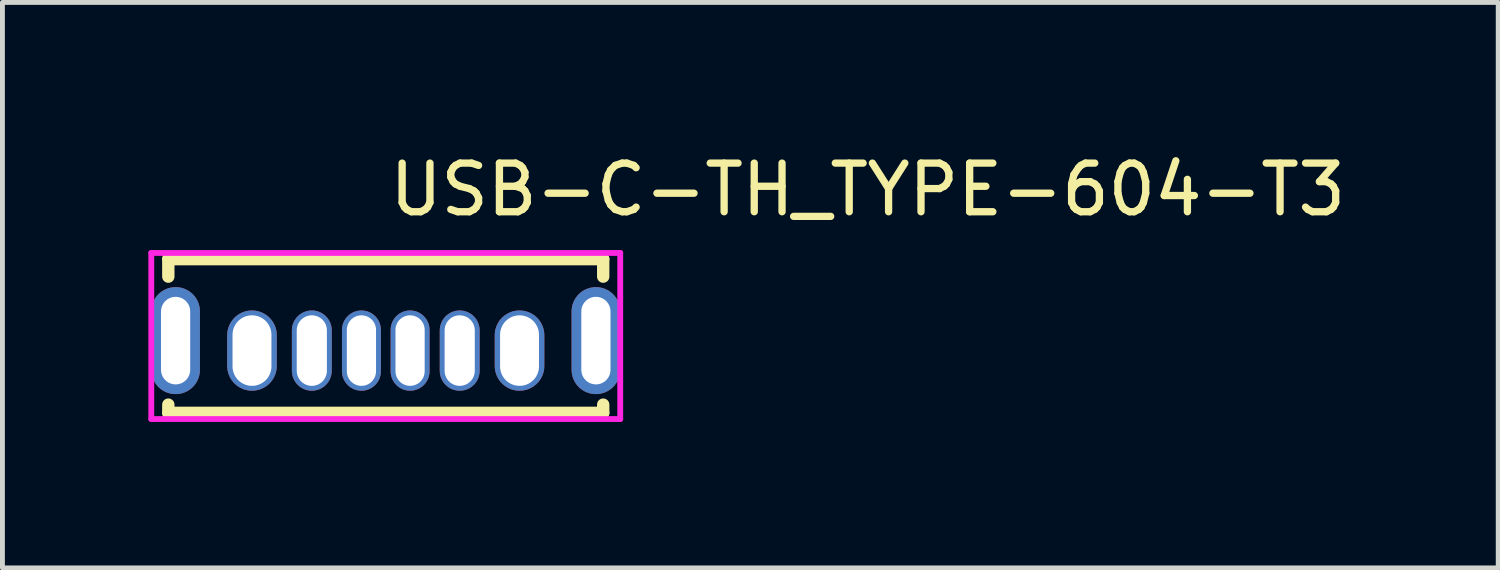
<source format=kicad_pcb>
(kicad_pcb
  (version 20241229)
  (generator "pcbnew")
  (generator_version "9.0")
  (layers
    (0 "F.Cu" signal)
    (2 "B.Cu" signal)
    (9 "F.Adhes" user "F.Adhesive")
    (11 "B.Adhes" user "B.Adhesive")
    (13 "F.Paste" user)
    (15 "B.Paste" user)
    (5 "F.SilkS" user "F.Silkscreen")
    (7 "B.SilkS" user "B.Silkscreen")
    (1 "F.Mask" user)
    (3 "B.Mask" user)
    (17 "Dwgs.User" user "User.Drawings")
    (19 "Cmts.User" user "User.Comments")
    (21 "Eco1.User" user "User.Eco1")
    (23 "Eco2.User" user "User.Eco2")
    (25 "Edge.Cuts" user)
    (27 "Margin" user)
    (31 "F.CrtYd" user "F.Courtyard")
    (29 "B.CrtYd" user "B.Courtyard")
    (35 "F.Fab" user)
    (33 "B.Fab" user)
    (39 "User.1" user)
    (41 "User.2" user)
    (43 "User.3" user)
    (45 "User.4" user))
  (footprint "USB-C-TH_TYPE-604-T3"
    (layer "F.Cu")
    (at 4.88 4.055)
    (property "Reference" "USB-C-TH_TYPE-604-T3" (at 0 -3.207 0) (layer "F.SilkS") (effects (font (size 1 1) (thickness 0.15)) (justify left)))
    (attr through_hole)
    (fp_line (start -4.47 -1.778) (end -4.47 -1.418) (stroke (width 0.254) (type solid)) (layer "F.SilkS"))
    (fp_line (start -4.47 -1.778) (end 4.47 -1.778) (stroke (width 0.254) (type solid)) (layer "F.SilkS"))
    (fp_line (start -4.47 1.382) (end -4.47 1.213) (stroke (width 0.254) (type solid)) (layer "F.SilkS"))
    (fp_line (start -4.47 1.382) (end 4.47 1.382) (stroke (width 0.254) (type solid)) (layer "F.SilkS"))
    (fp_line (start 4.47 -1.778) (end 4.47 -1.418) (stroke (width 0.254) (type solid)) (layer "F.SilkS"))
    (fp_line (start 4.47 1.382) (end 4.47 1.213) (stroke (width 0.254) (type solid)) (layer "F.SilkS"))
    (fp_circle (center 4.82 -1.905) (end 4.85 -1.905) (stroke (width 0.06) (type solid)) (fill no) (layer "Eco2.User"))
    (fp_poly (pts (xy -4.56 0.497) (xy -4.56 -0.703) (xy -4.08 -0.703) (xy -4.08 0.497)) (stroke (width 0.12) (type solid)) (fill no) (layer "Eco2.User"))
    (fp_poly (pts (xy -3.07 0.427) (xy -3.07 -0.223) (xy -2.43 -0.223) (xy -2.43 0.427)) (stroke (width 0.12) (type solid)) (fill no) (layer "Eco2.User"))
    (fp_poly (pts (xy -1.768 0.517) (xy -1.768 -0.313) (xy -1.272 -0.313) (xy -1.272 0.517)) (stroke (width 0.12) (type solid)) (fill no) (layer "Eco2.User"))
    (fp_poly (pts (xy -0.74 0.527) (xy -0.74 -0.323) (xy -0.26 -0.323) (xy -0.26 0.527)) (stroke (width 0.12) (type solid)) (fill no) (layer "Eco2.User"))
    (fp_poly (pts (xy 0.26 0.527) (xy 0.26 -0.323) (xy 0.74 -0.323) (xy 0.74 0.527)) (stroke (width 0.12) (type solid)) (fill no) (layer "Eco2.User"))
    (fp_poly (pts (xy 1.272 0.517) (xy 1.272 -0.313) (xy 1.768 -0.313) (xy 1.768 0.517)) (stroke (width 0.12) (type solid)) (fill no) (layer "Eco2.User"))
    (fp_poly (pts (xy 2.43 0.427) (xy 2.43 -0.223) (xy 3.07 -0.223) (xy 3.07 0.427)) (stroke (width 0.12) (type solid)) (fill no) (layer "Eco2.User"))
    (fp_poly (pts (xy 4.08 0.497) (xy 4.08 -0.703) (xy 4.56 -0.703) (xy 4.56 0.497)) (stroke (width 0.12) (type solid)) (fill no) (layer "Eco2.User"))
    (fp_line (start -4.82 -1.905) (end 4.82 -1.905) (stroke (width 0.12) (type solid)) (layer "F.CrtYd"))
    (fp_line (start -4.82 1.509) (end -4.82 -1.905) (stroke (width 0.12) (type solid)) (layer "F.CrtYd"))
    (fp_line (start 4.82 -1.905) (end 4.82 1.509) (stroke (width 0.12) (type solid)) (layer "F.CrtYd"))
    (fp_line (start 4.82 1.509) (end -4.82 1.509) (stroke (width 0.12) (type solid)) (layer "F.CrtYd"))
    (pad "7" thru_hole oval (at 4.32 -0.103) (size 1 2.2) (drill oval 0.6 1.8) (layers "*.Cu" "*.Mask"))
    (pad "8" thru_hole oval (at -4.32 -0.103) (size 1 2.2) (drill oval 0.6 1.8) (layers "*.Cu" "*.Mask"))
    (pad "A5" thru_hole oval (at -0.5 0.102) (size 0.8 1.65) (drill oval 0.6 1.45) (layers "*.Cu" "*.Mask"))
    (pad "A9" thru_hole oval (at 1.52 0.102) (size 0.82 1.65) (drill oval 0.62 1.45) (layers "*.Cu" "*.Mask"))
    (pad "A12" thru_hole oval (at 2.75 0.102) (size 1.02 1.65) (drill oval 0.8 1.45) (layers "*.Cu" "*.Mask"))
    (pad "B5" thru_hole oval (at 0.5 0.102) (size 0.8 1.65) (drill oval 0.6 1.45) (layers "*.Cu" "*.Mask"))
    (pad "B9" thru_hole oval (at -1.52 0.102) (size 0.82 1.65) (drill oval 0.62 1.45) (layers "*.Cu" "*.Mask"))
    (pad "B12" thru_hole oval (at -2.75 0.102) (size 1.02 1.65) (drill oval 0.8 1.45) (layers "*.Cu" "*.Mask")))
  (gr_rect
    (start -3 -3)
    (end 27.749 8.624)
    (stroke (width 0.1) (type default))
    (fill no)
    (layer "Edge.Cuts")))
</source>
